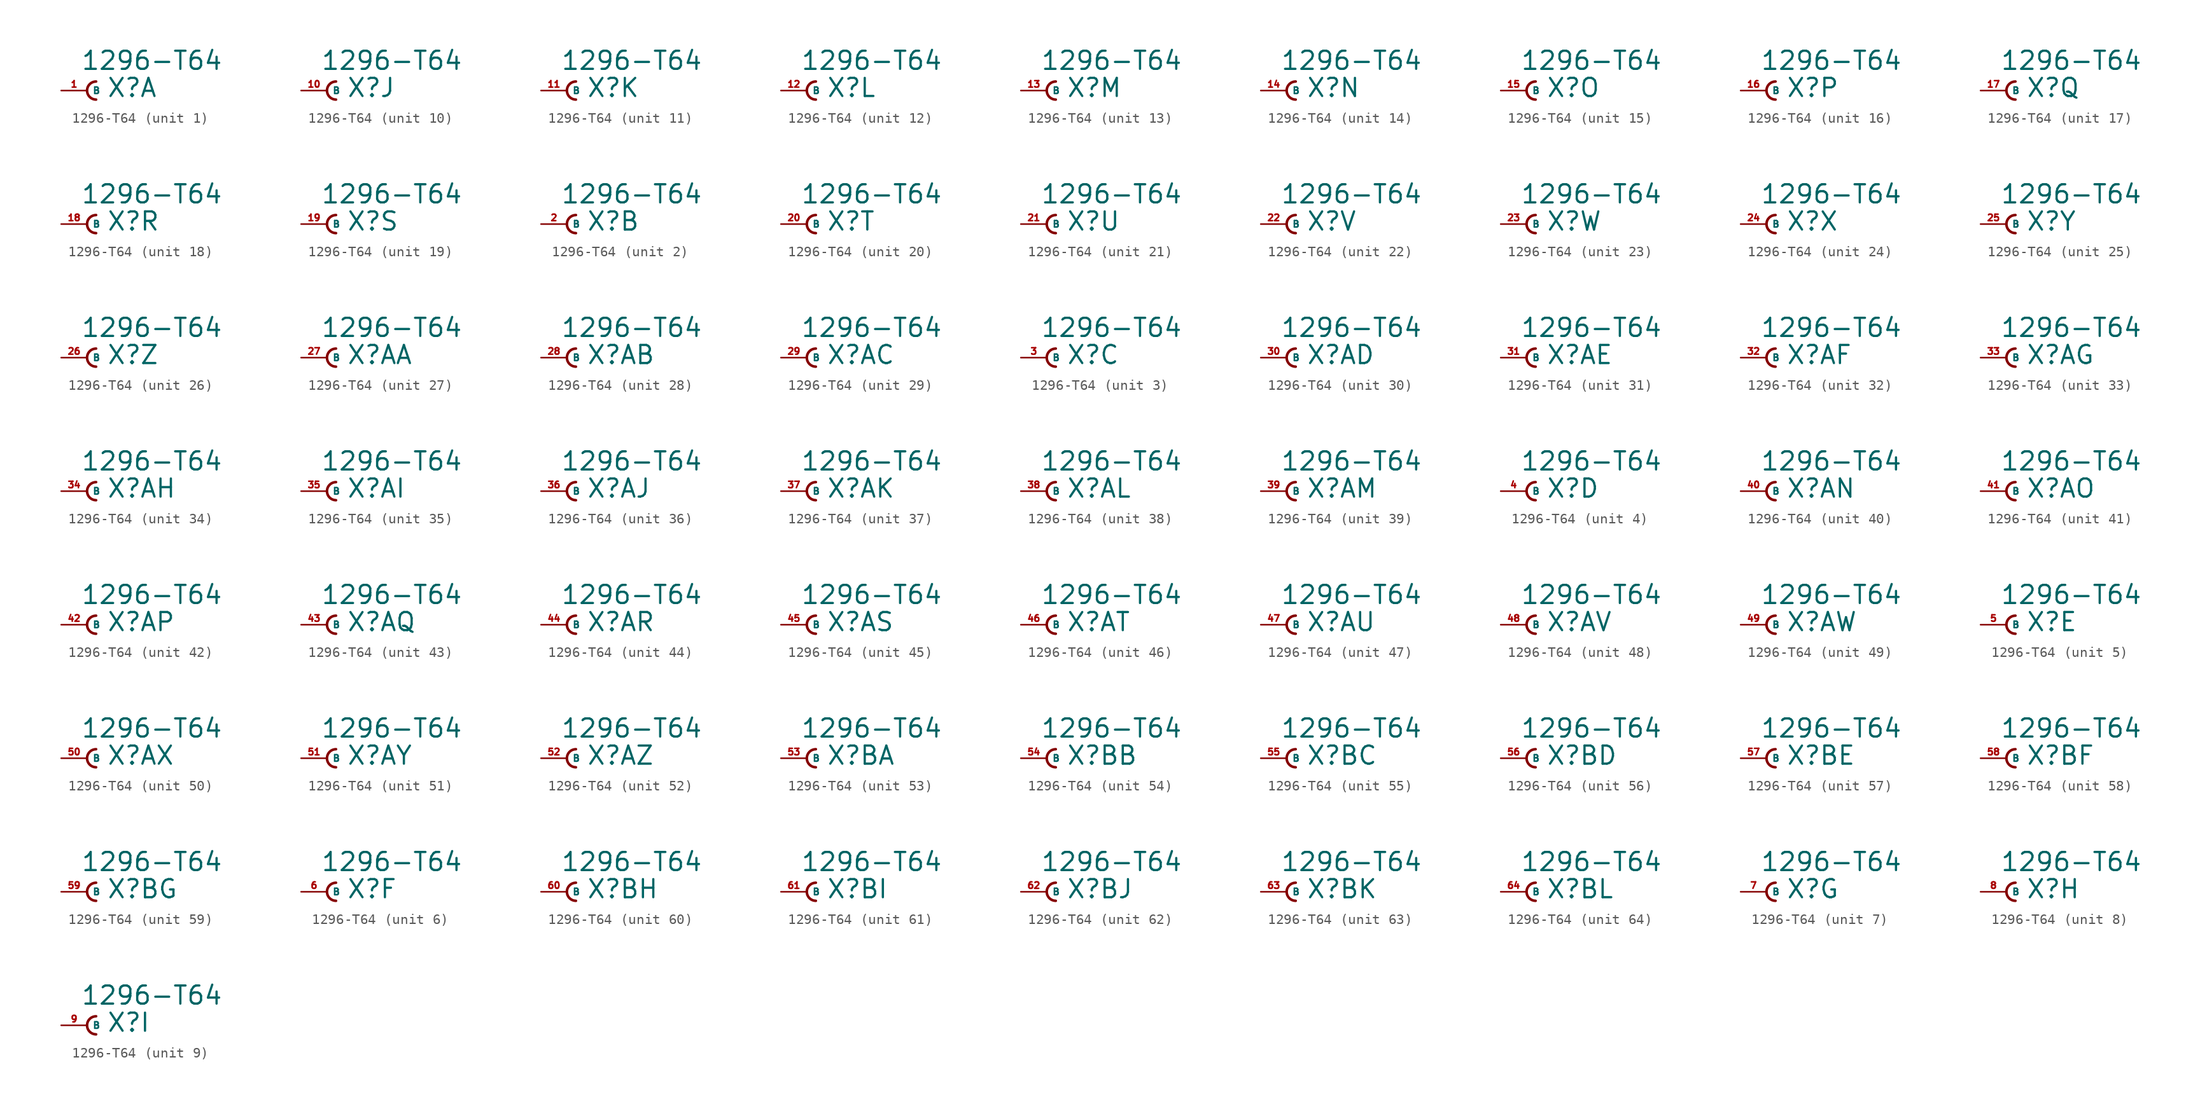
<source format=kicad_sym>
(kicad_symbol_lib
  (version 20220914)
  (generator Eagle2Kicad)
  (symbol "1296-T64"
    (property "Reference" "X"
      (at 1.905 -0.762 0)
      (effects (font (size 1.778 1.778) (thickness 0.22)) (justify left bottom)))
    (property "Value" "1296-T64"
      (at -0.635 1.905 0)
      (effects (font (size 1.778 1.778) (thickness 0.22)) (justify left bottom)))
    (symbol "1296-T64_1_0"
      (arc (start 0.889 0.889) (mid 0.000 0.000) (end 0.889 -0.889) (stroke (width 0.254) (type default)) (fill (type none)))
      (pin passive line (at -2.54 0 0) (length 2.54) (name "B" (effects (font (size 0.635 0.635) (thickness 0.08)) (justify left bottom))) (number "1" (effects (font (size 0.635 0.635) (thickness 0.08)) (justify left bottom)))))
    (symbol "1296-T64_2_0"
      (arc (start 0.889 0.889) (mid 0.000 0.000) (end 0.889 -0.889) (stroke (width 0.254) (type default)) (fill (type none)))
      (pin passive line (at -2.54 0 0) (length 2.54) (name "B" (effects (font (size 0.635 0.635) (thickness 0.08)) (justify left bottom))) (number "2" (effects (font (size 0.635 0.635) (thickness 0.08)) (justify left bottom)))))
    (symbol "1296-T64_3_0"
      (arc (start 0.889 0.889) (mid 0.000 0.000) (end 0.889 -0.889) (stroke (width 0.254) (type default)) (fill (type none)))
      (pin passive line (at -2.54 0 0) (length 2.54) (name "B" (effects (font (size 0.635 0.635) (thickness 0.08)) (justify left bottom))) (number "3" (effects (font (size 0.635 0.635) (thickness 0.08)) (justify left bottom)))))
    (symbol "1296-T64_4_0"
      (arc (start 0.889 0.889) (mid 0.000 0.000) (end 0.889 -0.889) (stroke (width 0.254) (type default)) (fill (type none)))
      (pin passive line (at -2.54 0 0) (length 2.54) (name "B" (effects (font (size 0.635 0.635) (thickness 0.08)) (justify left bottom))) (number "4" (effects (font (size 0.635 0.635) (thickness 0.08)) (justify left bottom)))))
    (symbol "1296-T64_5_0"
      (arc (start 0.889 0.889) (mid 0.000 0.000) (end 0.889 -0.889) (stroke (width 0.254) (type default)) (fill (type none)))
      (pin passive line (at -2.54 0 0) (length 2.54) (name "B" (effects (font (size 0.635 0.635) (thickness 0.08)) (justify left bottom))) (number "5" (effects (font (size 0.635 0.635) (thickness 0.08)) (justify left bottom)))))
    (symbol "1296-T64_6_0"
      (arc (start 0.889 0.889) (mid 0.000 0.000) (end 0.889 -0.889) (stroke (width 0.254) (type default)) (fill (type none)))
      (pin passive line (at -2.54 0 0) (length 2.54) (name "B" (effects (font (size 0.635 0.635) (thickness 0.08)) (justify left bottom))) (number "6" (effects (font (size 0.635 0.635) (thickness 0.08)) (justify left bottom)))))
    (symbol "1296-T64_7_0"
      (arc (start 0.889 0.889) (mid 0.000 0.000) (end 0.889 -0.889) (stroke (width 0.254) (type default)) (fill (type none)))
      (pin passive line (at -2.54 0 0) (length 2.54) (name "B" (effects (font (size 0.635 0.635) (thickness 0.08)) (justify left bottom))) (number "7" (effects (font (size 0.635 0.635) (thickness 0.08)) (justify left bottom)))))
    (symbol "1296-T64_8_0"
      (arc (start 0.889 0.889) (mid 0.000 0.000) (end 0.889 -0.889) (stroke (width 0.254) (type default)) (fill (type none)))
      (pin passive line (at -2.54 0 0) (length 2.54) (name "B" (effects (font (size 0.635 0.635) (thickness 0.08)) (justify left bottom))) (number "8" (effects (font (size 0.635 0.635) (thickness 0.08)) (justify left bottom)))))
    (symbol "1296-T64_9_0"
      (arc (start 0.889 0.889) (mid 0.000 0.000) (end 0.889 -0.889) (stroke (width 0.254) (type default)) (fill (type none)))
      (pin passive line (at -2.54 0 0) (length 2.54) (name "B" (effects (font (size 0.635 0.635) (thickness 0.08)) (justify left bottom))) (number "9" (effects (font (size 0.635 0.635) (thickness 0.08)) (justify left bottom)))))
    (symbol "1296-T64_10_0"
      (arc (start 0.889 0.889) (mid 0.000 0.000) (end 0.889 -0.889) (stroke (width 0.254) (type default)) (fill (type none)))
      (pin passive line (at -2.54 0 0) (length 2.54) (name "B" (effects (font (size 0.635 0.635) (thickness 0.08)) (justify left bottom))) (number "10" (effects (font (size 0.635 0.635) (thickness 0.08)) (justify left bottom)))))
    (symbol "1296-T64_11_0"
      (arc (start 0.889 0.889) (mid 0.000 0.000) (end 0.889 -0.889) (stroke (width 0.254) (type default)) (fill (type none)))
      (pin passive line (at -2.54 0 0) (length 2.54) (name "B" (effects (font (size 0.635 0.635) (thickness 0.08)) (justify left bottom))) (number "11" (effects (font (size 0.635 0.635) (thickness 0.08)) (justify left bottom)))))
    (symbol "1296-T64_12_0"
      (arc (start 0.889 0.889) (mid 0.000 0.000) (end 0.889 -0.889) (stroke (width 0.254) (type default)) (fill (type none)))
      (pin passive line (at -2.54 0 0) (length 2.54) (name "B" (effects (font (size 0.635 0.635) (thickness 0.08)) (justify left bottom))) (number "12" (effects (font (size 0.635 0.635) (thickness 0.08)) (justify left bottom)))))
    (symbol "1296-T64_13_0"
      (arc (start 0.889 0.889) (mid 0.000 0.000) (end 0.889 -0.889) (stroke (width 0.254) (type default)) (fill (type none)))
      (pin passive line (at -2.54 0 0) (length 2.54) (name "B" (effects (font (size 0.635 0.635) (thickness 0.08)) (justify left bottom))) (number "13" (effects (font (size 0.635 0.635) (thickness 0.08)) (justify left bottom)))))
    (symbol "1296-T64_14_0"
      (arc (start 0.889 0.889) (mid 0.000 0.000) (end 0.889 -0.889) (stroke (width 0.254) (type default)) (fill (type none)))
      (pin passive line (at -2.54 0 0) (length 2.54) (name "B" (effects (font (size 0.635 0.635) (thickness 0.08)) (justify left bottom))) (number "14" (effects (font (size 0.635 0.635) (thickness 0.08)) (justify left bottom)))))
    (symbol "1296-T64_15_0"
      (arc (start 0.889 0.889) (mid 0.000 0.000) (end 0.889 -0.889) (stroke (width 0.254) (type default)) (fill (type none)))
      (pin passive line (at -2.54 0 0) (length 2.54) (name "B" (effects (font (size 0.635 0.635) (thickness 0.08)) (justify left bottom))) (number "15" (effects (font (size 0.635 0.635) (thickness 0.08)) (justify left bottom)))))
    (symbol "1296-T64_16_0"
      (arc (start 0.889 0.889) (mid 0.000 0.000) (end 0.889 -0.889) (stroke (width 0.254) (type default)) (fill (type none)))
      (pin passive line (at -2.54 0 0) (length 2.54) (name "B" (effects (font (size 0.635 0.635) (thickness 0.08)) (justify left bottom))) (number "16" (effects (font (size 0.635 0.635) (thickness 0.08)) (justify left bottom)))))
    (symbol "1296-T64_17_0"
      (arc (start 0.889 0.889) (mid 0.000 0.000) (end 0.889 -0.889) (stroke (width 0.254) (type default)) (fill (type none)))
      (pin passive line (at -2.54 0 0) (length 2.54) (name "B" (effects (font (size 0.635 0.635) (thickness 0.08)) (justify left bottom))) (number "17" (effects (font (size 0.635 0.635) (thickness 0.08)) (justify left bottom)))))
    (symbol "1296-T64_18_0"
      (arc (start 0.889 0.889) (mid 0.000 0.000) (end 0.889 -0.889) (stroke (width 0.254) (type default)) (fill (type none)))
      (pin passive line (at -2.54 0 0) (length 2.54) (name "B" (effects (font (size 0.635 0.635) (thickness 0.08)) (justify left bottom))) (number "18" (effects (font (size 0.635 0.635) (thickness 0.08)) (justify left bottom)))))
    (symbol "1296-T64_19_0"
      (arc (start 0.889 0.889) (mid 0.000 0.000) (end 0.889 -0.889) (stroke (width 0.254) (type default)) (fill (type none)))
      (pin passive line (at -2.54 0 0) (length 2.54) (name "B" (effects (font (size 0.635 0.635) (thickness 0.08)) (justify left bottom))) (number "19" (effects (font (size 0.635 0.635) (thickness 0.08)) (justify left bottom)))))
    (symbol "1296-T64_20_0"
      (arc (start 0.889 0.889) (mid 0.000 0.000) (end 0.889 -0.889) (stroke (width 0.254) (type default)) (fill (type none)))
      (pin passive line (at -2.54 0 0) (length 2.54) (name "B" (effects (font (size 0.635 0.635) (thickness 0.08)) (justify left bottom))) (number "20" (effects (font (size 0.635 0.635) (thickness 0.08)) (justify left bottom)))))
    (symbol "1296-T64_21_0"
      (arc (start 0.889 0.889) (mid 0.000 0.000) (end 0.889 -0.889) (stroke (width 0.254) (type default)) (fill (type none)))
      (pin passive line (at -2.54 0 0) (length 2.54) (name "B" (effects (font (size 0.635 0.635) (thickness 0.08)) (justify left bottom))) (number "21" (effects (font (size 0.635 0.635) (thickness 0.08)) (justify left bottom)))))
    (symbol "1296-T64_22_0"
      (arc (start 0.889 0.889) (mid 0.000 0.000) (end 0.889 -0.889) (stroke (width 0.254) (type default)) (fill (type none)))
      (pin passive line (at -2.54 0 0) (length 2.54) (name "B" (effects (font (size 0.635 0.635) (thickness 0.08)) (justify left bottom))) (number "22" (effects (font (size 0.635 0.635) (thickness 0.08)) (justify left bottom)))))
    (symbol "1296-T64_23_0"
      (arc (start 0.889 0.889) (mid 0.000 0.000) (end 0.889 -0.889) (stroke (width 0.254) (type default)) (fill (type none)))
      (pin passive line (at -2.54 0 0) (length 2.54) (name "B" (effects (font (size 0.635 0.635) (thickness 0.08)) (justify left bottom))) (number "23" (effects (font (size 0.635 0.635) (thickness 0.08)) (justify left bottom)))))
    (symbol "1296-T64_24_0"
      (arc (start 0.889 0.889) (mid 0.000 0.000) (end 0.889 -0.889) (stroke (width 0.254) (type default)) (fill (type none)))
      (pin passive line (at -2.54 0 0) (length 2.54) (name "B" (effects (font (size 0.635 0.635) (thickness 0.08)) (justify left bottom))) (number "24" (effects (font (size 0.635 0.635) (thickness 0.08)) (justify left bottom)))))
    (symbol "1296-T64_25_0"
      (arc (start 0.889 0.889) (mid 0.000 0.000) (end 0.889 -0.889) (stroke (width 0.254) (type default)) (fill (type none)))
      (pin passive line (at -2.54 0 0) (length 2.54) (name "B" (effects (font (size 0.635 0.635) (thickness 0.08)) (justify left bottom))) (number "25" (effects (font (size 0.635 0.635) (thickness 0.08)) (justify left bottom)))))
    (symbol "1296-T64_26_0"
      (arc (start 0.889 0.889) (mid 0.000 0.000) (end 0.889 -0.889) (stroke (width 0.254) (type default)) (fill (type none)))
      (pin passive line (at -2.54 0 0) (length 2.54) (name "B" (effects (font (size 0.635 0.635) (thickness 0.08)) (justify left bottom))) (number "26" (effects (font (size 0.635 0.635) (thickness 0.08)) (justify left bottom)))))
    (symbol "1296-T64_27_0"
      (arc (start 0.889 0.889) (mid 0.000 0.000) (end 0.889 -0.889) (stroke (width 0.254) (type default)) (fill (type none)))
      (pin passive line (at -2.54 0 0) (length 2.54) (name "B" (effects (font (size 0.635 0.635) (thickness 0.08)) (justify left bottom))) (number "27" (effects (font (size 0.635 0.635) (thickness 0.08)) (justify left bottom)))))
    (symbol "1296-T64_28_0"
      (arc (start 0.889 0.889) (mid 0.000 0.000) (end 0.889 -0.889) (stroke (width 0.254) (type default)) (fill (type none)))
      (pin passive line (at -2.54 0 0) (length 2.54) (name "B" (effects (font (size 0.635 0.635) (thickness 0.08)) (justify left bottom))) (number "28" (effects (font (size 0.635 0.635) (thickness 0.08)) (justify left bottom)))))
    (symbol "1296-T64_29_0"
      (arc (start 0.889 0.889) (mid 0.000 0.000) (end 0.889 -0.889) (stroke (width 0.254) (type default)) (fill (type none)))
      (pin passive line (at -2.54 0 0) (length 2.54) (name "B" (effects (font (size 0.635 0.635) (thickness 0.08)) (justify left bottom))) (number "29" (effects (font (size 0.635 0.635) (thickness 0.08)) (justify left bottom)))))
    (symbol "1296-T64_30_0"
      (arc (start 0.889 0.889) (mid 0.000 0.000) (end 0.889 -0.889) (stroke (width 0.254) (type default)) (fill (type none)))
      (pin passive line (at -2.54 0 0) (length 2.54) (name "B" (effects (font (size 0.635 0.635) (thickness 0.08)) (justify left bottom))) (number "30" (effects (font (size 0.635 0.635) (thickness 0.08)) (justify left bottom)))))
    (symbol "1296-T64_31_0"
      (arc (start 0.889 0.889) (mid 0.000 0.000) (end 0.889 -0.889) (stroke (width 0.254) (type default)) (fill (type none)))
      (pin passive line (at -2.54 0 0) (length 2.54) (name "B" (effects (font (size 0.635 0.635) (thickness 0.08)) (justify left bottom))) (number "31" (effects (font (size 0.635 0.635) (thickness 0.08)) (justify left bottom)))))
    (symbol "1296-T64_32_0"
      (arc (start 0.889 0.889) (mid 0.000 0.000) (end 0.889 -0.889) (stroke (width 0.254) (type default)) (fill (type none)))
      (pin passive line (at -2.54 0 0) (length 2.54) (name "B" (effects (font (size 0.635 0.635) (thickness 0.08)) (justify left bottom))) (number "32" (effects (font (size 0.635 0.635) (thickness 0.08)) (justify left bottom)))))
    (symbol "1296-T64_33_0"
      (arc (start 0.889 0.889) (mid 0.000 0.000) (end 0.889 -0.889) (stroke (width 0.254) (type default)) (fill (type none)))
      (pin passive line (at -2.54 0 0) (length 2.54) (name "B" (effects (font (size 0.635 0.635) (thickness 0.08)) (justify left bottom))) (number "33" (effects (font (size 0.635 0.635) (thickness 0.08)) (justify left bottom)))))
    (symbol "1296-T64_34_0"
      (arc (start 0.889 0.889) (mid 0.000 0.000) (end 0.889 -0.889) (stroke (width 0.254) (type default)) (fill (type none)))
      (pin passive line (at -2.54 0 0) (length 2.54) (name "B" (effects (font (size 0.635 0.635) (thickness 0.08)) (justify left bottom))) (number "34" (effects (font (size 0.635 0.635) (thickness 0.08)) (justify left bottom)))))
    (symbol "1296-T64_35_0"
      (arc (start 0.889 0.889) (mid 0.000 0.000) (end 0.889 -0.889) (stroke (width 0.254) (type default)) (fill (type none)))
      (pin passive line (at -2.54 0 0) (length 2.54) (name "B" (effects (font (size 0.635 0.635) (thickness 0.08)) (justify left bottom))) (number "35" (effects (font (size 0.635 0.635) (thickness 0.08)) (justify left bottom)))))
    (symbol "1296-T64_36_0"
      (arc (start 0.889 0.889) (mid 0.000 0.000) (end 0.889 -0.889) (stroke (width 0.254) (type default)) (fill (type none)))
      (pin passive line (at -2.54 0 0) (length 2.54) (name "B" (effects (font (size 0.635 0.635) (thickness 0.08)) (justify left bottom))) (number "36" (effects (font (size 0.635 0.635) (thickness 0.08)) (justify left bottom)))))
    (symbol "1296-T64_37_0"
      (arc (start 0.889 0.889) (mid 0.000 0.000) (end 0.889 -0.889) (stroke (width 0.254) (type default)) (fill (type none)))
      (pin passive line (at -2.54 0 0) (length 2.54) (name "B" (effects (font (size 0.635 0.635) (thickness 0.08)) (justify left bottom))) (number "37" (effects (font (size 0.635 0.635) (thickness 0.08)) (justify left bottom)))))
    (symbol "1296-T64_38_0"
      (arc (start 0.889 0.889) (mid 0.000 0.000) (end 0.889 -0.889) (stroke (width 0.254) (type default)) (fill (type none)))
      (pin passive line (at -2.54 0 0) (length 2.54) (name "B" (effects (font (size 0.635 0.635) (thickness 0.08)) (justify left bottom))) (number "38" (effects (font (size 0.635 0.635) (thickness 0.08)) (justify left bottom)))))
    (symbol "1296-T64_39_0"
      (arc (start 0.889 0.889) (mid 0.000 0.000) (end 0.889 -0.889) (stroke (width 0.254) (type default)) (fill (type none)))
      (pin passive line (at -2.54 0 0) (length 2.54) (name "B" (effects (font (size 0.635 0.635) (thickness 0.08)) (justify left bottom))) (number "39" (effects (font (size 0.635 0.635) (thickness 0.08)) (justify left bottom)))))
    (symbol "1296-T64_40_0"
      (arc (start 0.889 0.889) (mid 0.000 0.000) (end 0.889 -0.889) (stroke (width 0.254) (type default)) (fill (type none)))
      (pin passive line (at -2.54 0 0) (length 2.54) (name "B" (effects (font (size 0.635 0.635) (thickness 0.08)) (justify left bottom))) (number "40" (effects (font (size 0.635 0.635) (thickness 0.08)) (justify left bottom)))))
    (symbol "1296-T64_41_0"
      (arc (start 0.889 0.889) (mid 0.000 0.000) (end 0.889 -0.889) (stroke (width 0.254) (type default)) (fill (type none)))
      (pin passive line (at -2.54 0 0) (length 2.54) (name "B" (effects (font (size 0.635 0.635) (thickness 0.08)) (justify left bottom))) (number "41" (effects (font (size 0.635 0.635) (thickness 0.08)) (justify left bottom)))))
    (symbol "1296-T64_42_0"
      (arc (start 0.889 0.889) (mid 0.000 0.000) (end 0.889 -0.889) (stroke (width 0.254) (type default)) (fill (type none)))
      (pin passive line (at -2.54 0 0) (length 2.54) (name "B" (effects (font (size 0.635 0.635) (thickness 0.08)) (justify left bottom))) (number "42" (effects (font (size 0.635 0.635) (thickness 0.08)) (justify left bottom)))))
    (symbol "1296-T64_43_0"
      (arc (start 0.889 0.889) (mid 0.000 0.000) (end 0.889 -0.889) (stroke (width 0.254) (type default)) (fill (type none)))
      (pin passive line (at -2.54 0 0) (length 2.54) (name "B" (effects (font (size 0.635 0.635) (thickness 0.08)) (justify left bottom))) (number "43" (effects (font (size 0.635 0.635) (thickness 0.08)) (justify left bottom)))))
    (symbol "1296-T64_44_0"
      (arc (start 0.889 0.889) (mid 0.000 0.000) (end 0.889 -0.889) (stroke (width 0.254) (type default)) (fill (type none)))
      (pin passive line (at -2.54 0 0) (length 2.54) (name "B" (effects (font (size 0.635 0.635) (thickness 0.08)) (justify left bottom))) (number "44" (effects (font (size 0.635 0.635) (thickness 0.08)) (justify left bottom)))))
    (symbol "1296-T64_45_0"
      (arc (start 0.889 0.889) (mid 0.000 0.000) (end 0.889 -0.889) (stroke (width 0.254) (type default)) (fill (type none)))
      (pin passive line (at -2.54 0 0) (length 2.54) (name "B" (effects (font (size 0.635 0.635) (thickness 0.08)) (justify left bottom))) (number "45" (effects (font (size 0.635 0.635) (thickness 0.08)) (justify left bottom)))))
    (symbol "1296-T64_46_0"
      (arc (start 0.889 0.889) (mid 0.000 0.000) (end 0.889 -0.889) (stroke (width 0.254) (type default)) (fill (type none)))
      (pin passive line (at -2.54 0 0) (length 2.54) (name "B" (effects (font (size 0.635 0.635) (thickness 0.08)) (justify left bottom))) (number "46" (effects (font (size 0.635 0.635) (thickness 0.08)) (justify left bottom)))))
    (symbol "1296-T64_47_0"
      (arc (start 0.889 0.889) (mid 0.000 0.000) (end 0.889 -0.889) (stroke (width 0.254) (type default)) (fill (type none)))
      (pin passive line (at -2.54 0 0) (length 2.54) (name "B" (effects (font (size 0.635 0.635) (thickness 0.08)) (justify left bottom))) (number "47" (effects (font (size 0.635 0.635) (thickness 0.08)) (justify left bottom)))))
    (symbol "1296-T64_48_0"
      (arc (start 0.889 0.889) (mid 0.000 0.000) (end 0.889 -0.889) (stroke (width 0.254) (type default)) (fill (type none)))
      (pin passive line (at -2.54 0 0) (length 2.54) (name "B" (effects (font (size 0.635 0.635) (thickness 0.08)) (justify left bottom))) (number "48" (effects (font (size 0.635 0.635) (thickness 0.08)) (justify left bottom)))))
    (symbol "1296-T64_49_0"
      (arc (start 0.889 0.889) (mid 0.000 0.000) (end 0.889 -0.889) (stroke (width 0.254) (type default)) (fill (type none)))
      (pin passive line (at -2.54 0 0) (length 2.54) (name "B" (effects (font (size 0.635 0.635) (thickness 0.08)) (justify left bottom))) (number "49" (effects (font (size 0.635 0.635) (thickness 0.08)) (justify left bottom)))))
    (symbol "1296-T64_50_0"
      (arc (start 0.889 0.889) (mid 0.000 0.000) (end 0.889 -0.889) (stroke (width 0.254) (type default)) (fill (type none)))
      (pin passive line (at -2.54 0 0) (length 2.54) (name "B" (effects (font (size 0.635 0.635) (thickness 0.08)) (justify left bottom))) (number "50" (effects (font (size 0.635 0.635) (thickness 0.08)) (justify left bottom)))))
    (symbol "1296-T64_51_0"
      (arc (start 0.889 0.889) (mid 0.000 0.000) (end 0.889 -0.889) (stroke (width 0.254) (type default)) (fill (type none)))
      (pin passive line (at -2.54 0 0) (length 2.54) (name "B" (effects (font (size 0.635 0.635) (thickness 0.08)) (justify left bottom))) (number "51" (effects (font (size 0.635 0.635) (thickness 0.08)) (justify left bottom)))))
    (symbol "1296-T64_52_0"
      (arc (start 0.889 0.889) (mid 0.000 0.000) (end 0.889 -0.889) (stroke (width 0.254) (type default)) (fill (type none)))
      (pin passive line (at -2.54 0 0) (length 2.54) (name "B" (effects (font (size 0.635 0.635) (thickness 0.08)) (justify left bottom))) (number "52" (effects (font (size 0.635 0.635) (thickness 0.08)) (justify left bottom)))))
    (symbol "1296-T64_53_0"
      (arc (start 0.889 0.889) (mid 0.000 0.000) (end 0.889 -0.889) (stroke (width 0.254) (type default)) (fill (type none)))
      (pin passive line (at -2.54 0 0) (length 2.54) (name "B" (effects (font (size 0.635 0.635) (thickness 0.08)) (justify left bottom))) (number "53" (effects (font (size 0.635 0.635) (thickness 0.08)) (justify left bottom)))))
    (symbol "1296-T64_54_0"
      (arc (start 0.889 0.889) (mid 0.000 0.000) (end 0.889 -0.889) (stroke (width 0.254) (type default)) (fill (type none)))
      (pin passive line (at -2.54 0 0) (length 2.54) (name "B" (effects (font (size 0.635 0.635) (thickness 0.08)) (justify left bottom))) (number "54" (effects (font (size 0.635 0.635) (thickness 0.08)) (justify left bottom)))))
    (symbol "1296-T64_55_0"
      (arc (start 0.889 0.889) (mid 0.000 0.000) (end 0.889 -0.889) (stroke (width 0.254) (type default)) (fill (type none)))
      (pin passive line (at -2.54 0 0) (length 2.54) (name "B" (effects (font (size 0.635 0.635) (thickness 0.08)) (justify left bottom))) (number "55" (effects (font (size 0.635 0.635) (thickness 0.08)) (justify left bottom)))))
    (symbol "1296-T64_56_0"
      (arc (start 0.889 0.889) (mid 0.000 0.000) (end 0.889 -0.889) (stroke (width 0.254) (type default)) (fill (type none)))
      (pin passive line (at -2.54 0 0) (length 2.54) (name "B" (effects (font (size 0.635 0.635) (thickness 0.08)) (justify left bottom))) (number "56" (effects (font (size 0.635 0.635) (thickness 0.08)) (justify left bottom)))))
    (symbol "1296-T64_57_0"
      (arc (start 0.889 0.889) (mid 0.000 0.000) (end 0.889 -0.889) (stroke (width 0.254) (type default)) (fill (type none)))
      (pin passive line (at -2.54 0 0) (length 2.54) (name "B" (effects (font (size 0.635 0.635) (thickness 0.08)) (justify left bottom))) (number "57" (effects (font (size 0.635 0.635) (thickness 0.08)) (justify left bottom)))))
    (symbol "1296-T64_58_0"
      (arc (start 0.889 0.889) (mid 0.000 0.000) (end 0.889 -0.889) (stroke (width 0.254) (type default)) (fill (type none)))
      (pin passive line (at -2.54 0 0) (length 2.54) (name "B" (effects (font (size 0.635 0.635) (thickness 0.08)) (justify left bottom))) (number "58" (effects (font (size 0.635 0.635) (thickness 0.08)) (justify left bottom)))))
    (symbol "1296-T64_59_0"
      (arc (start 0.889 0.889) (mid 0.000 0.000) (end 0.889 -0.889) (stroke (width 0.254) (type default)) (fill (type none)))
      (pin passive line (at -2.54 0 0) (length 2.54) (name "B" (effects (font (size 0.635 0.635) (thickness 0.08)) (justify left bottom))) (number "59" (effects (font (size 0.635 0.635) (thickness 0.08)) (justify left bottom)))))
    (symbol "1296-T64_60_0"
      (arc (start 0.889 0.889) (mid 0.000 0.000) (end 0.889 -0.889) (stroke (width 0.254) (type default)) (fill (type none)))
      (pin passive line (at -2.54 0 0) (length 2.54) (name "B" (effects (font (size 0.635 0.635) (thickness 0.08)) (justify left bottom))) (number "60" (effects (font (size 0.635 0.635) (thickness 0.08)) (justify left bottom)))))
    (symbol "1296-T64_61_0"
      (arc (start 0.889 0.889) (mid 0.000 0.000) (end 0.889 -0.889) (stroke (width 0.254) (type default)) (fill (type none)))
      (pin passive line (at -2.54 0 0) (length 2.54) (name "B" (effects (font (size 0.635 0.635) (thickness 0.08)) (justify left bottom))) (number "61" (effects (font (size 0.635 0.635) (thickness 0.08)) (justify left bottom)))))
    (symbol "1296-T64_62_0"
      (arc (start 0.889 0.889) (mid 0.000 0.000) (end 0.889 -0.889) (stroke (width 0.254) (type default)) (fill (type none)))
      (pin passive line (at -2.54 0 0) (length 2.54) (name "B" (effects (font (size 0.635 0.635) (thickness 0.08)) (justify left bottom))) (number "62" (effects (font (size 0.635 0.635) (thickness 0.08)) (justify left bottom)))))
    (symbol "1296-T64_63_0"
      (arc (start 0.889 0.889) (mid 0.000 0.000) (end 0.889 -0.889) (stroke (width 0.254) (type default)) (fill (type none)))
      (pin passive line (at -2.54 0 0) (length 2.54) (name "B" (effects (font (size 0.635 0.635) (thickness 0.08)) (justify left bottom))) (number "63" (effects (font (size 0.635 0.635) (thickness 0.08)) (justify left bottom)))))
    (symbol "1296-T64_64_0"
      (arc (start 0.889 0.889) (mid 0.000 0.000) (end 0.889 -0.889) (stroke (width 0.254) (type default)) (fill (type none)))
      (pin passive line (at -2.54 0 0) (length 2.54) (name "B" (effects (font (size 0.635 0.635) (thickness 0.08)) (justify left bottom))) (number "64" (effects (font (size 0.635 0.635) (thickness 0.08)) (justify left bottom)))))))
</source>
